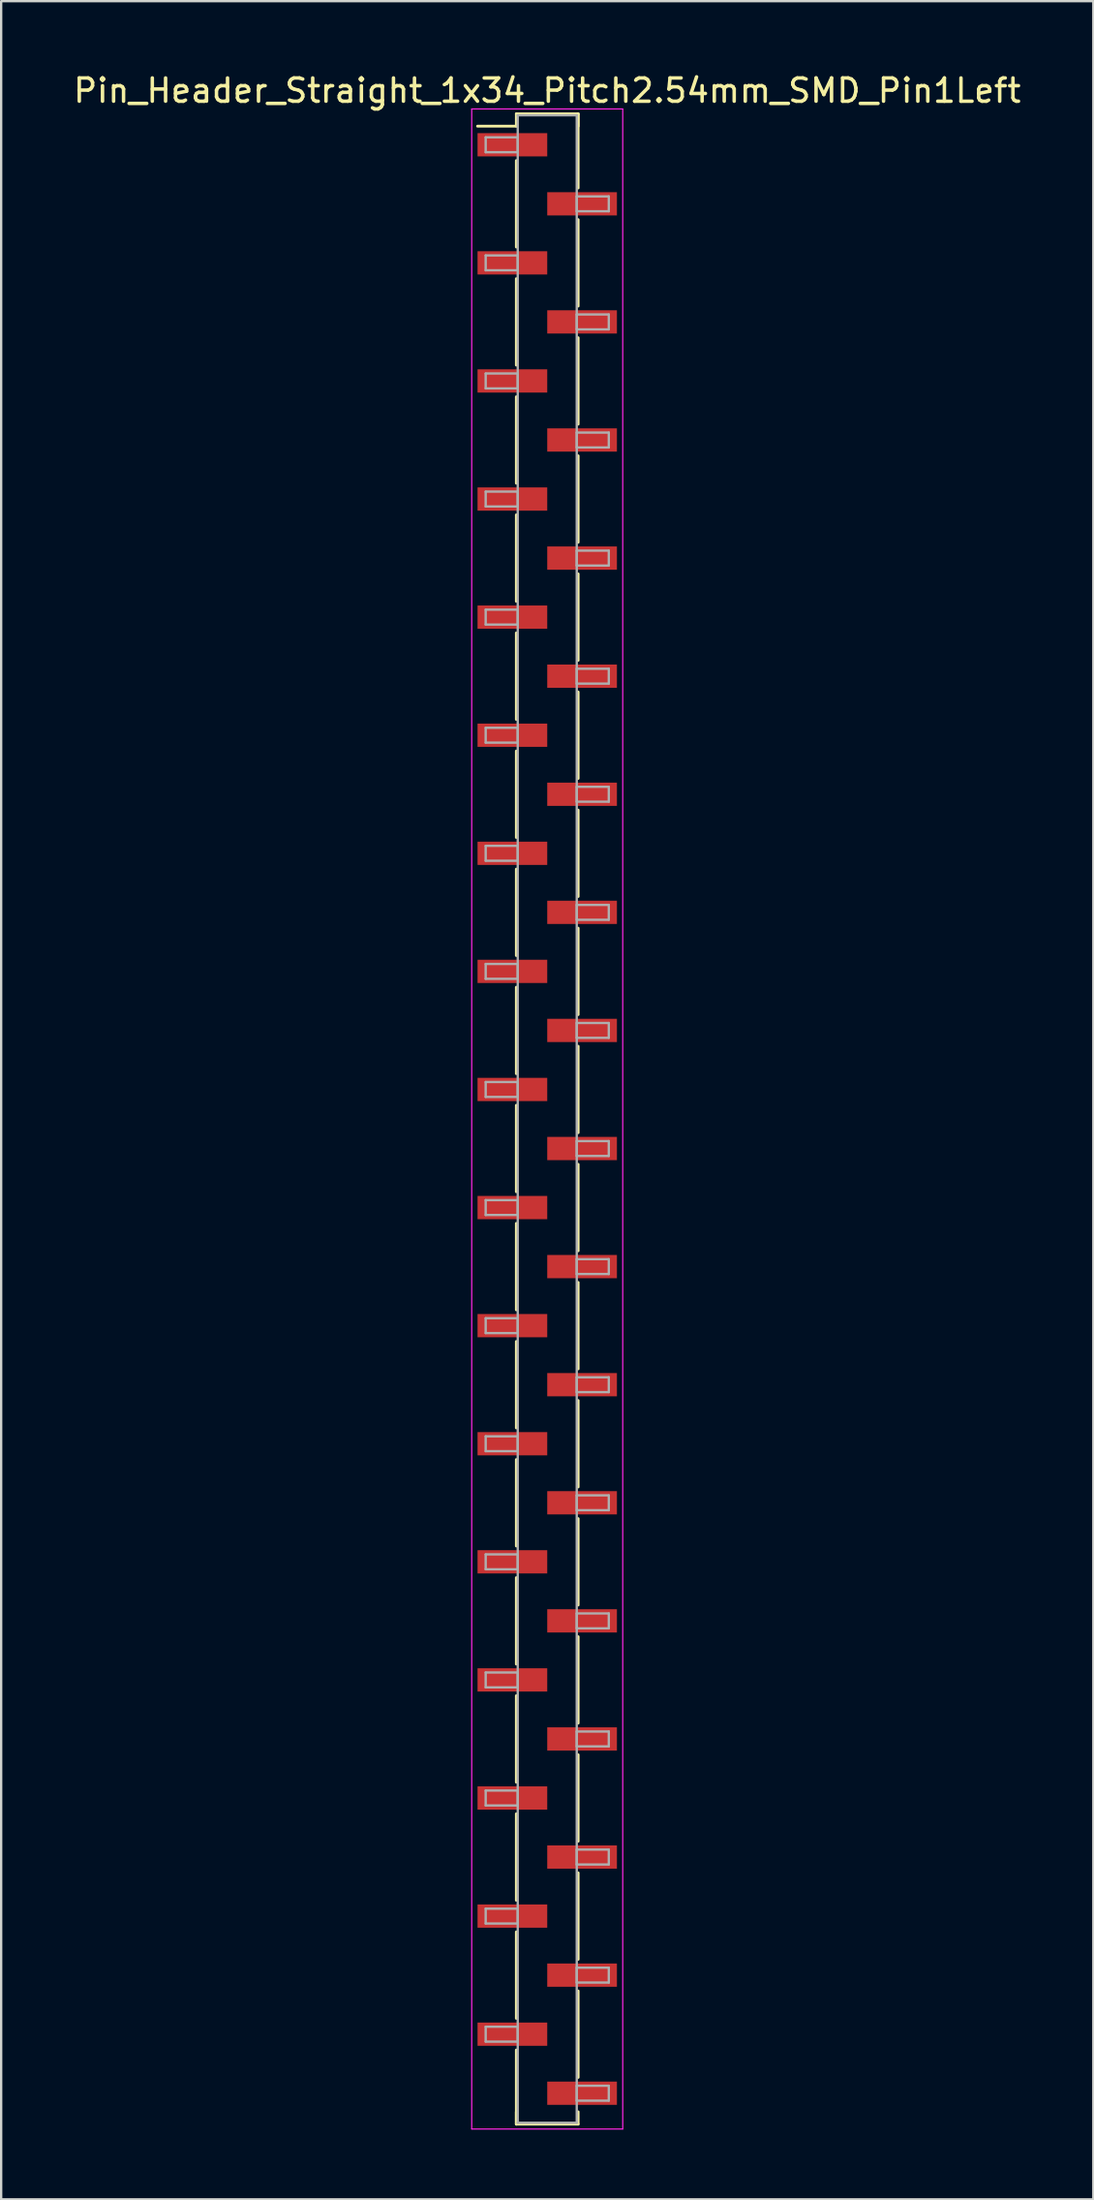
<source format=kicad_pcb>
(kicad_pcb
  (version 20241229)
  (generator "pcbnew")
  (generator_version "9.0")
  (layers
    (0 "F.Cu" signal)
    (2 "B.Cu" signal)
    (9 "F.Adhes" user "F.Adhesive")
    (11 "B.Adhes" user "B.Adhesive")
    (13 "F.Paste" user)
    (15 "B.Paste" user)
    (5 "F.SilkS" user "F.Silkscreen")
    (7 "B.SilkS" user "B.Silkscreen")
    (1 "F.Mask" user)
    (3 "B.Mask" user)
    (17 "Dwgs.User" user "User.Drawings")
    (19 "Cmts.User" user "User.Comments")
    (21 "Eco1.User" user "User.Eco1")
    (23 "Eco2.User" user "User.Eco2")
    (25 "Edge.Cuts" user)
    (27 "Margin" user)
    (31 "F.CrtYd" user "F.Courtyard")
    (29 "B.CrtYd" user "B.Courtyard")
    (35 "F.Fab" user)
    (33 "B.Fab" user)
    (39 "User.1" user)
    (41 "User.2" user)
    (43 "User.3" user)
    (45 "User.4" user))
  (footprint "Pin_Header_Straight_1x34_Pitch2.54mm_SMD_Pin1Left"
    (layer "F.Cu")
    (at 20.506 45.088)
    (property "Reference" "Pin_Header_Straight_1x34_Pitch2.54mm_SMD_Pin1Left" (at 0 -44.24 0) (layer "F.SilkS") (effects (font (size 1 1) (thickness 0.15))))
    (attr smd)
    (fp_line (start -1.33 -43.24) (end 1.33 -43.24) (stroke (width 0.12) (type solid)) (layer "F.SilkS"))
    (fp_line (start -1.33 -42.71) (end -3 -42.71) (stroke (width 0.12) (type solid)) (layer "F.SilkS"))
    (fp_line (start -1.33 -42.71) (end -1.33 -43.24) (stroke (width 0.12) (type solid)) (layer "F.SilkS"))
    (fp_line (start -1.33 -41.23) (end -1.33 -37.51) (stroke (width 0.12) (type solid)) (layer "F.SilkS"))
    (fp_line (start -1.33 -36.15) (end -1.33 -32.43) (stroke (width 0.12) (type solid)) (layer "F.SilkS"))
    (fp_line (start -1.33 -31.07) (end -1.33 -27.35) (stroke (width 0.12) (type solid)) (layer "F.SilkS"))
    (fp_line (start -1.33 -25.99) (end -1.33 -22.27) (stroke (width 0.12) (type solid)) (layer "F.SilkS"))
    (fp_line (start -1.33 -20.91) (end -1.33 -17.19) (stroke (width 0.12) (type solid)) (layer "F.SilkS"))
    (fp_line (start -1.33 -15.83) (end -1.33 -12.11) (stroke (width 0.12) (type solid)) (layer "F.SilkS"))
    (fp_line (start -1.33 -10.75) (end -1.33 -7.03) (stroke (width 0.12) (type solid)) (layer "F.SilkS"))
    (fp_line (start -1.33 -5.67) (end -1.33 -1.95) (stroke (width 0.12) (type solid)) (layer "F.SilkS"))
    (fp_line (start -1.33 -0.59) (end -1.33 3.13) (stroke (width 0.12) (type solid)) (layer "F.SilkS"))
    (fp_line (start -1.33 4.49) (end -1.33 8.21) (stroke (width 0.12) (type solid)) (layer "F.SilkS"))
    (fp_line (start -1.33 9.57) (end -1.33 13.29) (stroke (width 0.12) (type solid)) (layer "F.SilkS"))
    (fp_line (start -1.33 14.65) (end -1.33 18.37) (stroke (width 0.12) (type solid)) (layer "F.SilkS"))
    (fp_line (start -1.33 19.73) (end -1.33 23.45) (stroke (width 0.12) (type solid)) (layer "F.SilkS"))
    (fp_line (start -1.33 24.81) (end -1.33 28.53) (stroke (width 0.12) (type solid)) (layer "F.SilkS"))
    (fp_line (start -1.33 29.89) (end -1.33 33.61) (stroke (width 0.12) (type solid)) (layer "F.SilkS"))
    (fp_line (start -1.33 34.97) (end -1.33 38.69) (stroke (width 0.12) (type solid)) (layer "F.SilkS"))
    (fp_line (start -1.33 40.05) (end -1.33 43.24) (stroke (width 0.12) (type solid)) (layer "F.SilkS"))
    (fp_line (start -1.33 42.71) (end -1.33 43.24) (stroke (width 0.12) (type solid)) (layer "F.SilkS"))
    (fp_line (start -1.33 43.24) (end 1.33 43.24) (stroke (width 0.12) (type solid)) (layer "F.SilkS"))
    (fp_line (start 1.33 -43.24) (end 1.33 -42.71) (stroke (width 0.12) (type solid)) (layer "F.SilkS"))
    (fp_line (start 1.33 -43.24) (end 1.33 -40.05) (stroke (width 0.12) (type solid)) (layer "F.SilkS"))
    (fp_line (start 1.33 -38.69) (end 1.33 -34.97) (stroke (width 0.12) (type solid)) (layer "F.SilkS"))
    (fp_line (start 1.33 -33.61) (end 1.33 -29.89) (stroke (width 0.12) (type solid)) (layer "F.SilkS"))
    (fp_line (start 1.33 -28.53) (end 1.33 -24.81) (stroke (width 0.12) (type solid)) (layer "F.SilkS"))
    (fp_line (start 1.33 -23.45) (end 1.33 -19.73) (stroke (width 0.12) (type solid)) (layer "F.SilkS"))
    (fp_line (start 1.33 -18.37) (end 1.33 -14.65) (stroke (width 0.12) (type solid)) (layer "F.SilkS"))
    (fp_line (start 1.33 -13.29) (end 1.33 -9.57) (stroke (width 0.12) (type solid)) (layer "F.SilkS"))
    (fp_line (start 1.33 -8.21) (end 1.33 -4.49) (stroke (width 0.12) (type solid)) (layer "F.SilkS"))
    (fp_line (start 1.33 -3.13) (end 1.33 0.59) (stroke (width 0.12) (type solid)) (layer "F.SilkS"))
    (fp_line (start 1.33 1.95) (end 1.33 5.67) (stroke (width 0.12) (type solid)) (layer "F.SilkS"))
    (fp_line (start 1.33 7.03) (end 1.33 10.75) (stroke (width 0.12) (type solid)) (layer "F.SilkS"))
    (fp_line (start 1.33 12.11) (end 1.33 15.83) (stroke (width 0.12) (type solid)) (layer "F.SilkS"))
    (fp_line (start 1.33 17.19) (end 1.33 20.91) (stroke (width 0.12) (type solid)) (layer "F.SilkS"))
    (fp_line (start 1.33 22.27) (end 1.33 25.99) (stroke (width 0.12) (type solid)) (layer "F.SilkS"))
    (fp_line (start 1.33 27.35) (end 1.33 31.07) (stroke (width 0.12) (type solid)) (layer "F.SilkS"))
    (fp_line (start 1.33 32.43) (end 1.33 36.15) (stroke (width 0.12) (type solid)) (layer "F.SilkS"))
    (fp_line (start 1.33 37.51) (end 1.33 41.23) (stroke (width 0.12) (type solid)) (layer "F.SilkS"))
    (fp_line (start 1.33 43.24) (end 1.33 42.71) (stroke (width 0.12) (type solid)) (layer "F.SilkS"))
    (fp_line (start -3.25 -43.45) (end -3.25 43.45) (stroke (width 0.05) (type solid)) (layer "F.CrtYd"))
    (fp_line (start -3.25 43.45) (end 3.25 43.45) (stroke (width 0.05) (type solid)) (layer "F.CrtYd"))
    (fp_line (start 3.25 -43.45) (end -3.25 -43.45) (stroke (width 0.05) (type solid)) (layer "F.CrtYd"))
    (fp_line (start 3.25 43.45) (end 3.25 -43.45) (stroke (width 0.05) (type solid)) (layer "F.CrtYd"))
    (fp_line (start -2.65 -42.23) (end -1.27 -42.23) (stroke (width 0.1) (type solid)) (layer "F.Fab"))
    (fp_line (start -2.65 -41.59) (end -2.65 -42.23) (stroke (width 0.1) (type solid)) (layer "F.Fab"))
    (fp_line (start -2.65 -37.15) (end -1.27 -37.15) (stroke (width 0.1) (type solid)) (layer "F.Fab"))
    (fp_line (start -2.65 -36.51) (end -2.65 -37.15) (stroke (width 0.1) (type solid)) (layer "F.Fab"))
    (fp_line (start -2.65 -32.07) (end -1.27 -32.07) (stroke (width 0.1) (type solid)) (layer "F.Fab"))
    (fp_line (start -2.65 -31.43) (end -2.65 -32.07) (stroke (width 0.1) (type solid)) (layer "F.Fab"))
    (fp_line (start -2.65 -26.99) (end -1.27 -26.99) (stroke (width 0.1) (type solid)) (layer "F.Fab"))
    (fp_line (start -2.65 -26.35) (end -2.65 -26.99) (stroke (width 0.1) (type solid)) (layer "F.Fab"))
    (fp_line (start -2.65 -21.91) (end -1.27 -21.91) (stroke (width 0.1) (type solid)) (layer "F.Fab"))
    (fp_line (start -2.65 -21.27) (end -2.65 -21.91) (stroke (width 0.1) (type solid)) (layer "F.Fab"))
    (fp_line (start -2.65 -16.83) (end -1.27 -16.83) (stroke (width 0.1) (type solid)) (layer "F.Fab"))
    (fp_line (start -2.65 -16.19) (end -2.65 -16.83) (stroke (width 0.1) (type solid)) (layer "F.Fab"))
    (fp_line (start -2.65 -11.75) (end -1.27 -11.75) (stroke (width 0.1) (type solid)) (layer "F.Fab"))
    (fp_line (start -2.65 -11.11) (end -2.65 -11.75) (stroke (width 0.1) (type solid)) (layer "F.Fab"))
    (fp_line (start -2.65 -6.67) (end -1.27 -6.67) (stroke (width 0.1) (type solid)) (layer "F.Fab"))
    (fp_line (start -2.65 -6.03) (end -2.65 -6.67) (stroke (width 0.1) (type solid)) (layer "F.Fab"))
    (fp_line (start -2.65 -1.59) (end -1.27 -1.59) (stroke (width 0.1) (type solid)) (layer "F.Fab"))
    (fp_line (start -2.65 -0.95) (end -2.65 -1.59) (stroke (width 0.1) (type solid)) (layer "F.Fab"))
    (fp_line (start -2.65 3.49) (end -1.27 3.49) (stroke (width 0.1) (type solid)) (layer "F.Fab"))
    (fp_line (start -2.65 4.13) (end -2.65 3.49) (stroke (width 0.1) (type solid)) (layer "F.Fab"))
    (fp_line (start -2.65 8.57) (end -1.27 8.57) (stroke (width 0.1) (type solid)) (layer "F.Fab"))
    (fp_line (start -2.65 9.21) (end -2.65 8.57) (stroke (width 0.1) (type solid)) (layer "F.Fab"))
    (fp_line (start -2.65 13.65) (end -1.27 13.65) (stroke (width 0.1) (type solid)) (layer "F.Fab"))
    (fp_line (start -2.65 14.29) (end -2.65 13.65) (stroke (width 0.1) (type solid)) (layer "F.Fab"))
    (fp_line (start -2.65 18.73) (end -1.27 18.73) (stroke (width 0.1) (type solid)) (layer "F.Fab"))
    (fp_line (start -2.65 19.37) (end -2.65 18.73) (stroke (width 0.1) (type solid)) (layer "F.Fab"))
    (fp_line (start -2.65 23.81) (end -1.27 23.81) (stroke (width 0.1) (type solid)) (layer "F.Fab"))
    (fp_line (start -2.65 24.45) (end -2.65 23.81) (stroke (width 0.1) (type solid)) (layer "F.Fab"))
    (fp_line (start -2.65 28.89) (end -1.27 28.89) (stroke (width 0.1) (type solid)) (layer "F.Fab"))
    (fp_line (start -2.65 29.53) (end -2.65 28.89) (stroke (width 0.1) (type solid)) (layer "F.Fab"))
    (fp_line (start -2.65 33.97) (end -1.27 33.97) (stroke (width 0.1) (type solid)) (layer "F.Fab"))
    (fp_line (start -2.65 34.61) (end -2.65 33.97) (stroke (width 0.1) (type solid)) (layer "F.Fab"))
    (fp_line (start -2.65 39.05) (end -1.27 39.05) (stroke (width 0.1) (type solid)) (layer "F.Fab"))
    (fp_line (start -2.65 39.69) (end -2.65 39.05) (stroke (width 0.1) (type solid)) (layer "F.Fab"))
    (fp_line (start -1.27 -43.18) (end -1.27 43.18) (stroke (width 0.1) (type solid)) (layer "F.Fab"))
    (fp_line (start -1.27 -42.23) (end -1.27 -41.59) (stroke (width 0.1) (type solid)) (layer "F.Fab"))
    (fp_line (start -1.27 -41.59) (end -2.65 -41.59) (stroke (width 0.1) (type solid)) (layer "F.Fab"))
    (fp_line (start -1.27 -37.15) (end -1.27 -36.51) (stroke (width 0.1) (type solid)) (layer "F.Fab"))
    (fp_line (start -1.27 -36.51) (end -2.65 -36.51) (stroke (width 0.1) (type solid)) (layer "F.Fab"))
    (fp_line (start -1.27 -32.07) (end -1.27 -31.43) (stroke (width 0.1) (type solid)) (layer "F.Fab"))
    (fp_line (start -1.27 -31.43) (end -2.65 -31.43) (stroke (width 0.1) (type solid)) (layer "F.Fab"))
    (fp_line (start -1.27 -26.99) (end -1.27 -26.35) (stroke (width 0.1) (type solid)) (layer "F.Fab"))
    (fp_line (start -1.27 -26.35) (end -2.65 -26.35) (stroke (width 0.1) (type solid)) (layer "F.Fab"))
    (fp_line (start -1.27 -21.91) (end -1.27 -21.27) (stroke (width 0.1) (type solid)) (layer "F.Fab"))
    (fp_line (start -1.27 -21.27) (end -2.65 -21.27) (stroke (width 0.1) (type solid)) (layer "F.Fab"))
    (fp_line (start -1.27 -16.83) (end -1.27 -16.19) (stroke (width 0.1) (type solid)) (layer "F.Fab"))
    (fp_line (start -1.27 -16.19) (end -2.65 -16.19) (stroke (width 0.1) (type solid)) (layer "F.Fab"))
    (fp_line (start -1.27 -11.75) (end -1.27 -11.11) (stroke (width 0.1) (type solid)) (layer "F.Fab"))
    (fp_line (start -1.27 -11.11) (end -2.65 -11.11) (stroke (width 0.1) (type solid)) (layer "F.Fab"))
    (fp_line (start -1.27 -6.67) (end -1.27 -6.03) (stroke (width 0.1) (type solid)) (layer "F.Fab"))
    (fp_line (start -1.27 -6.03) (end -2.65 -6.03) (stroke (width 0.1) (type solid)) (layer "F.Fab"))
    (fp_line (start -1.27 -1.59) (end -1.27 -0.95) (stroke (width 0.1) (type solid)) (layer "F.Fab"))
    (fp_line (start -1.27 -0.95) (end -2.65 -0.95) (stroke (width 0.1) (type solid)) (layer "F.Fab"))
    (fp_line (start -1.27 3.49) (end -1.27 4.13) (stroke (width 0.1) (type solid)) (layer "F.Fab"))
    (fp_line (start -1.27 4.13) (end -2.65 4.13) (stroke (width 0.1) (type solid)) (layer "F.Fab"))
    (fp_line (start -1.27 8.57) (end -1.27 9.21) (stroke (width 0.1) (type solid)) (layer "F.Fab"))
    (fp_line (start -1.27 9.21) (end -2.65 9.21) (stroke (width 0.1) (type solid)) (layer "F.Fab"))
    (fp_line (start -1.27 13.65) (end -1.27 14.29) (stroke (width 0.1) (type solid)) (layer "F.Fab"))
    (fp_line (start -1.27 14.29) (end -2.65 14.29) (stroke (width 0.1) (type solid)) (layer "F.Fab"))
    (fp_line (start -1.27 18.73) (end -1.27 19.37) (stroke (width 0.1) (type solid)) (layer "F.Fab"))
    (fp_line (start -1.27 19.37) (end -2.65 19.37) (stroke (width 0.1) (type solid)) (layer "F.Fab"))
    (fp_line (start -1.27 23.81) (end -1.27 24.45) (stroke (width 0.1) (type solid)) (layer "F.Fab"))
    (fp_line (start -1.27 24.45) (end -2.65 24.45) (stroke (width 0.1) (type solid)) (layer "F.Fab"))
    (fp_line (start -1.27 28.89) (end -1.27 29.53) (stroke (width 0.1) (type solid)) (layer "F.Fab"))
    (fp_line (start -1.27 29.53) (end -2.65 29.53) (stroke (width 0.1) (type solid)) (layer "F.Fab"))
    (fp_line (start -1.27 33.97) (end -1.27 34.61) (stroke (width 0.1) (type solid)) (layer "F.Fab"))
    (fp_line (start -1.27 34.61) (end -2.65 34.61) (stroke (width 0.1) (type solid)) (layer "F.Fab"))
    (fp_line (start -1.27 39.05) (end -1.27 39.69) (stroke (width 0.1) (type solid)) (layer "F.Fab"))
    (fp_line (start -1.27 39.69) (end -2.65 39.69) (stroke (width 0.1) (type solid)) (layer "F.Fab"))
    (fp_line (start -1.27 43.18) (end 1.27 43.18) (stroke (width 0.1) (type solid)) (layer "F.Fab"))
    (fp_line (start 1.27 -43.18) (end -1.27 -43.18) (stroke (width 0.1) (type solid)) (layer "F.Fab"))
    (fp_line (start 1.27 -39.69) (end 1.27 -39.05) (stroke (width 0.1) (type solid)) (layer "F.Fab"))
    (fp_line (start 1.27 -39.05) (end 2.65 -39.05) (stroke (width 0.1) (type solid)) (layer "F.Fab"))
    (fp_line (start 1.27 -34.61) (end 1.27 -33.97) (stroke (width 0.1) (type solid)) (layer "F.Fab"))
    (fp_line (start 1.27 -33.97) (end 2.65 -33.97) (stroke (width 0.1) (type solid)) (layer "F.Fab"))
    (fp_line (start 1.27 -29.53) (end 1.27 -28.89) (stroke (width 0.1) (type solid)) (layer "F.Fab"))
    (fp_line (start 1.27 -28.89) (end 2.65 -28.89) (stroke (width 0.1) (type solid)) (layer "F.Fab"))
    (fp_line (start 1.27 -24.45) (end 1.27 -23.81) (stroke (width 0.1) (type solid)) (layer "F.Fab"))
    (fp_line (start 1.27 -23.81) (end 2.65 -23.81) (stroke (width 0.1) (type solid)) (layer "F.Fab"))
    (fp_line (start 1.27 -19.37) (end 1.27 -18.73) (stroke (width 0.1) (type solid)) (layer "F.Fab"))
    (fp_line (start 1.27 -18.73) (end 2.65 -18.73) (stroke (width 0.1) (type solid)) (layer "F.Fab"))
    (fp_line (start 1.27 -14.29) (end 1.27 -13.65) (stroke (width 0.1) (type solid)) (layer "F.Fab"))
    (fp_line (start 1.27 -13.65) (end 2.65 -13.65) (stroke (width 0.1) (type solid)) (layer "F.Fab"))
    (fp_line (start 1.27 -9.21) (end 1.27 -8.57) (stroke (width 0.1) (type solid)) (layer "F.Fab"))
    (fp_line (start 1.27 -8.57) (end 2.65 -8.57) (stroke (width 0.1) (type solid)) (layer "F.Fab"))
    (fp_line (start 1.27 -4.13) (end 1.27 -3.49) (stroke (width 0.1) (type solid)) (layer "F.Fab"))
    (fp_line (start 1.27 -3.49) (end 2.65 -3.49) (stroke (width 0.1) (type solid)) (layer "F.Fab"))
    (fp_line (start 1.27 0.95) (end 1.27 1.59) (stroke (width 0.1) (type solid)) (layer "F.Fab"))
    (fp_line (start 1.27 1.59) (end 2.65 1.59) (stroke (width 0.1) (type solid)) (layer "F.Fab"))
    (fp_line (start 1.27 6.03) (end 1.27 6.67) (stroke (width 0.1) (type solid)) (layer "F.Fab"))
    (fp_line (start 1.27 6.67) (end 2.65 6.67) (stroke (width 0.1) (type solid)) (layer "F.Fab"))
    (fp_line (start 1.27 11.11) (end 1.27 11.75) (stroke (width 0.1) (type solid)) (layer "F.Fab"))
    (fp_line (start 1.27 11.75) (end 2.65 11.75) (stroke (width 0.1) (type solid)) (layer "F.Fab"))
    (fp_line (start 1.27 16.19) (end 1.27 16.83) (stroke (width 0.1) (type solid)) (layer "F.Fab"))
    (fp_line (start 1.27 16.83) (end 2.65 16.83) (stroke (width 0.1) (type solid)) (layer "F.Fab"))
    (fp_line (start 1.27 21.27) (end 1.27 21.91) (stroke (width 0.1) (type solid)) (layer "F.Fab"))
    (fp_line (start 1.27 21.91) (end 2.65 21.91) (stroke (width 0.1) (type solid)) (layer "F.Fab"))
    (fp_line (start 1.27 26.35) (end 1.27 26.99) (stroke (width 0.1) (type solid)) (layer "F.Fab"))
    (fp_line (start 1.27 26.99) (end 2.65 26.99) (stroke (width 0.1) (type solid)) (layer "F.Fab"))
    (fp_line (start 1.27 31.43) (end 1.27 32.07) (stroke (width 0.1) (type solid)) (layer "F.Fab"))
    (fp_line (start 1.27 32.07) (end 2.65 32.07) (stroke (width 0.1) (type solid)) (layer "F.Fab"))
    (fp_line (start 1.27 36.51) (end 1.27 37.15) (stroke (width 0.1) (type solid)) (layer "F.Fab"))
    (fp_line (start 1.27 37.15) (end 2.65 37.15) (stroke (width 0.1) (type solid)) (layer "F.Fab"))
    (fp_line (start 1.27 41.59) (end 1.27 42.23) (stroke (width 0.1) (type solid)) (layer "F.Fab"))
    (fp_line (start 1.27 42.23) (end 2.65 42.23) (stroke (width 0.1) (type solid)) (layer "F.Fab"))
    (fp_line (start 1.27 43.18) (end 1.27 -43.18) (stroke (width 0.1) (type solid)) (layer "F.Fab"))
    (fp_line (start 2.65 -39.69) (end 1.27 -39.69) (stroke (width 0.1) (type solid)) (layer "F.Fab"))
    (fp_line (start 2.65 -39.05) (end 2.65 -39.69) (stroke (width 0.1) (type solid)) (layer "F.Fab"))
    (fp_line (start 2.65 -34.61) (end 1.27 -34.61) (stroke (width 0.1) (type solid)) (layer "F.Fab"))
    (fp_line (start 2.65 -33.97) (end 2.65 -34.61) (stroke (width 0.1) (type solid)) (layer "F.Fab"))
    (fp_line (start 2.65 -29.53) (end 1.27 -29.53) (stroke (width 0.1) (type solid)) (layer "F.Fab"))
    (fp_line (start 2.65 -28.89) (end 2.65 -29.53) (stroke (width 0.1) (type solid)) (layer "F.Fab"))
    (fp_line (start 2.65 -24.45) (end 1.27 -24.45) (stroke (width 0.1) (type solid)) (layer "F.Fab"))
    (fp_line (start 2.65 -23.81) (end 2.65 -24.45) (stroke (width 0.1) (type solid)) (layer "F.Fab"))
    (fp_line (start 2.65 -19.37) (end 1.27 -19.37) (stroke (width 0.1) (type solid)) (layer "F.Fab"))
    (fp_line (start 2.65 -18.73) (end 2.65 -19.37) (stroke (width 0.1) (type solid)) (layer "F.Fab"))
    (fp_line (start 2.65 -14.29) (end 1.27 -14.29) (stroke (width 0.1) (type solid)) (layer "F.Fab"))
    (fp_line (start 2.65 -13.65) (end 2.65 -14.29) (stroke (width 0.1) (type solid)) (layer "F.Fab"))
    (fp_line (start 2.65 -9.21) (end 1.27 -9.21) (stroke (width 0.1) (type solid)) (layer "F.Fab"))
    (fp_line (start 2.65 -8.57) (end 2.65 -9.21) (stroke (width 0.1) (type solid)) (layer "F.Fab"))
    (fp_line (start 2.65 -4.13) (end 1.27 -4.13) (stroke (width 0.1) (type solid)) (layer "F.Fab"))
    (fp_line (start 2.65 -3.49) (end 2.65 -4.13) (stroke (width 0.1) (type solid)) (layer "F.Fab"))
    (fp_line (start 2.65 0.95) (end 1.27 0.95) (stroke (width 0.1) (type solid)) (layer "F.Fab"))
    (fp_line (start 2.65 1.59) (end 2.65 0.95) (stroke (width 0.1) (type solid)) (layer "F.Fab"))
    (fp_line (start 2.65 6.03) (end 1.27 6.03) (stroke (width 0.1) (type solid)) (layer "F.Fab"))
    (fp_line (start 2.65 6.67) (end 2.65 6.03) (stroke (width 0.1) (type solid)) (layer "F.Fab"))
    (fp_line (start 2.65 11.11) (end 1.27 11.11) (stroke (width 0.1) (type solid)) (layer "F.Fab"))
    (fp_line (start 2.65 11.75) (end 2.65 11.11) (stroke (width 0.1) (type solid)) (layer "F.Fab"))
    (fp_line (start 2.65 16.19) (end 1.27 16.19) (stroke (width 0.1) (type solid)) (layer "F.Fab"))
    (fp_line (start 2.65 16.83) (end 2.65 16.19) (stroke (width 0.1) (type solid)) (layer "F.Fab"))
    (fp_line (start 2.65 21.27) (end 1.27 21.27) (stroke (width 0.1) (type solid)) (layer "F.Fab"))
    (fp_line (start 2.65 21.91) (end 2.65 21.27) (stroke (width 0.1) (type solid)) (layer "F.Fab"))
    (fp_line (start 2.65 26.35) (end 1.27 26.35) (stroke (width 0.1) (type solid)) (layer "F.Fab"))
    (fp_line (start 2.65 26.99) (end 2.65 26.35) (stroke (width 0.1) (type solid)) (layer "F.Fab"))
    (fp_line (start 2.65 31.43) (end 1.27 31.43) (stroke (width 0.1) (type solid)) (layer "F.Fab"))
    (fp_line (start 2.65 32.07) (end 2.65 31.43) (stroke (width 0.1) (type solid)) (layer "F.Fab"))
    (fp_line (start 2.65 36.51) (end 1.27 36.51) (stroke (width 0.1) (type solid)) (layer "F.Fab"))
    (fp_line (start 2.65 37.15) (end 2.65 36.51) (stroke (width 0.1) (type solid)) (layer "F.Fab"))
    (fp_line (start 2.65 41.59) (end 1.27 41.59) (stroke (width 0.1) (type solid)) (layer "F.Fab"))
    (fp_line (start 2.65 42.23) (end 2.65 41.59) (stroke (width 0.1) (type solid)) (layer "F.Fab"))
    (pad "1" smd rect (at -1.5 -41.91) (size 3 1) (layers "F.Cu" "F.Mask"))
    (pad "2" smd rect (at 1.5 -39.37) (size 3 1) (layers "F.Cu" "F.Mask"))
    (pad "3" smd rect (at -1.5 -36.83) (size 3 1) (layers "F.Cu" "F.Mask"))
    (pad "4" smd rect (at 1.5 -34.29) (size 3 1) (layers "F.Cu" "F.Mask"))
    (pad "5" smd rect (at -1.5 -31.75) (size 3 1) (layers "F.Cu" "F.Mask"))
    (pad "6" smd rect (at 1.5 -29.21) (size 3 1) (layers "F.Cu" "F.Mask"))
    (pad "7" smd rect (at -1.5 -26.67) (size 3 1) (layers "F.Cu" "F.Mask"))
    (pad "8" smd rect (at 1.5 -24.13) (size 3 1) (layers "F.Cu" "F.Mask"))
    (pad "9" smd rect (at -1.5 -21.59) (size 3 1) (layers "F.Cu" "F.Mask"))
    (pad "10" smd rect (at 1.5 -19.05) (size 3 1) (layers "F.Cu" "F.Mask"))
    (pad "11" smd rect (at -1.5 -16.51) (size 3 1) (layers "F.Cu" "F.Mask"))
    (pad "12" smd rect (at 1.5 -13.97) (size 3 1) (layers "F.Cu" "F.Mask"))
    (pad "13" smd rect (at -1.5 -11.43) (size 3 1) (layers "F.Cu" "F.Mask"))
    (pad "14" smd rect (at 1.5 -8.89) (size 3 1) (layers "F.Cu" "F.Mask"))
    (pad "15" smd rect (at -1.5 -6.35) (size 3 1) (layers "F.Cu" "F.Mask"))
    (pad "16" smd rect (at 1.5 -3.81) (size 3 1) (layers "F.Cu" "F.Mask"))
    (pad "17" smd rect (at -1.5 -1.27) (size 3 1) (layers "F.Cu" "F.Mask"))
    (pad "18" smd rect (at 1.5 1.27) (size 3 1) (layers "F.Cu" "F.Mask"))
    (pad "19" smd rect (at -1.5 3.81) (size 3 1) (layers "F.Cu" "F.Mask"))
    (pad "20" smd rect (at 1.5 6.35) (size 3 1) (layers "F.Cu" "F.Mask"))
    (pad "21" smd rect (at -1.5 8.89) (size 3 1) (layers "F.Cu" "F.Mask"))
    (pad "22" smd rect (at 1.5 11.43) (size 3 1) (layers "F.Cu" "F.Mask"))
    (pad "23" smd rect (at -1.5 13.97) (size 3 1) (layers "F.Cu" "F.Mask"))
    (pad "24" smd rect (at 1.5 16.51) (size 3 1) (layers "F.Cu" "F.Mask"))
    (pad "25" smd rect (at -1.5 19.05) (size 3 1) (layers "F.Cu" "F.Mask"))
    (pad "26" smd rect (at 1.5 21.59) (size 3 1) (layers "F.Cu" "F.Mask"))
    (pad "27" smd rect (at -1.5 24.13) (size 3 1) (layers "F.Cu" "F.Mask"))
    (pad "28" smd rect (at 1.5 26.67) (size 3 1) (layers "F.Cu" "F.Mask"))
    (pad "29" smd rect (at -1.5 29.21) (size 3 1) (layers "F.Cu" "F.Mask"))
    (pad "30" smd rect (at 1.5 31.75) (size 3 1) (layers "F.Cu" "F.Mask"))
    (pad "31" smd rect (at -1.5 34.29) (size 3 1) (layers "F.Cu" "F.Mask"))
    (pad "32" smd rect (at 1.5 36.83) (size 3 1) (layers "F.Cu" "F.Mask"))
    (pad "33" smd rect (at -1.5 39.37) (size 3 1) (layers "F.Cu" "F.Mask"))
    (pad "34" smd rect (at 1.5 41.91) (size 3 1) (layers "F.Cu" "F.Mask")))
  (gr_rect
    (start -3 -3)
    (end 44.012 91.563)
    (stroke (width 0.1) (type default))
    (fill no)
    (layer "Edge.Cuts")))
</source>
